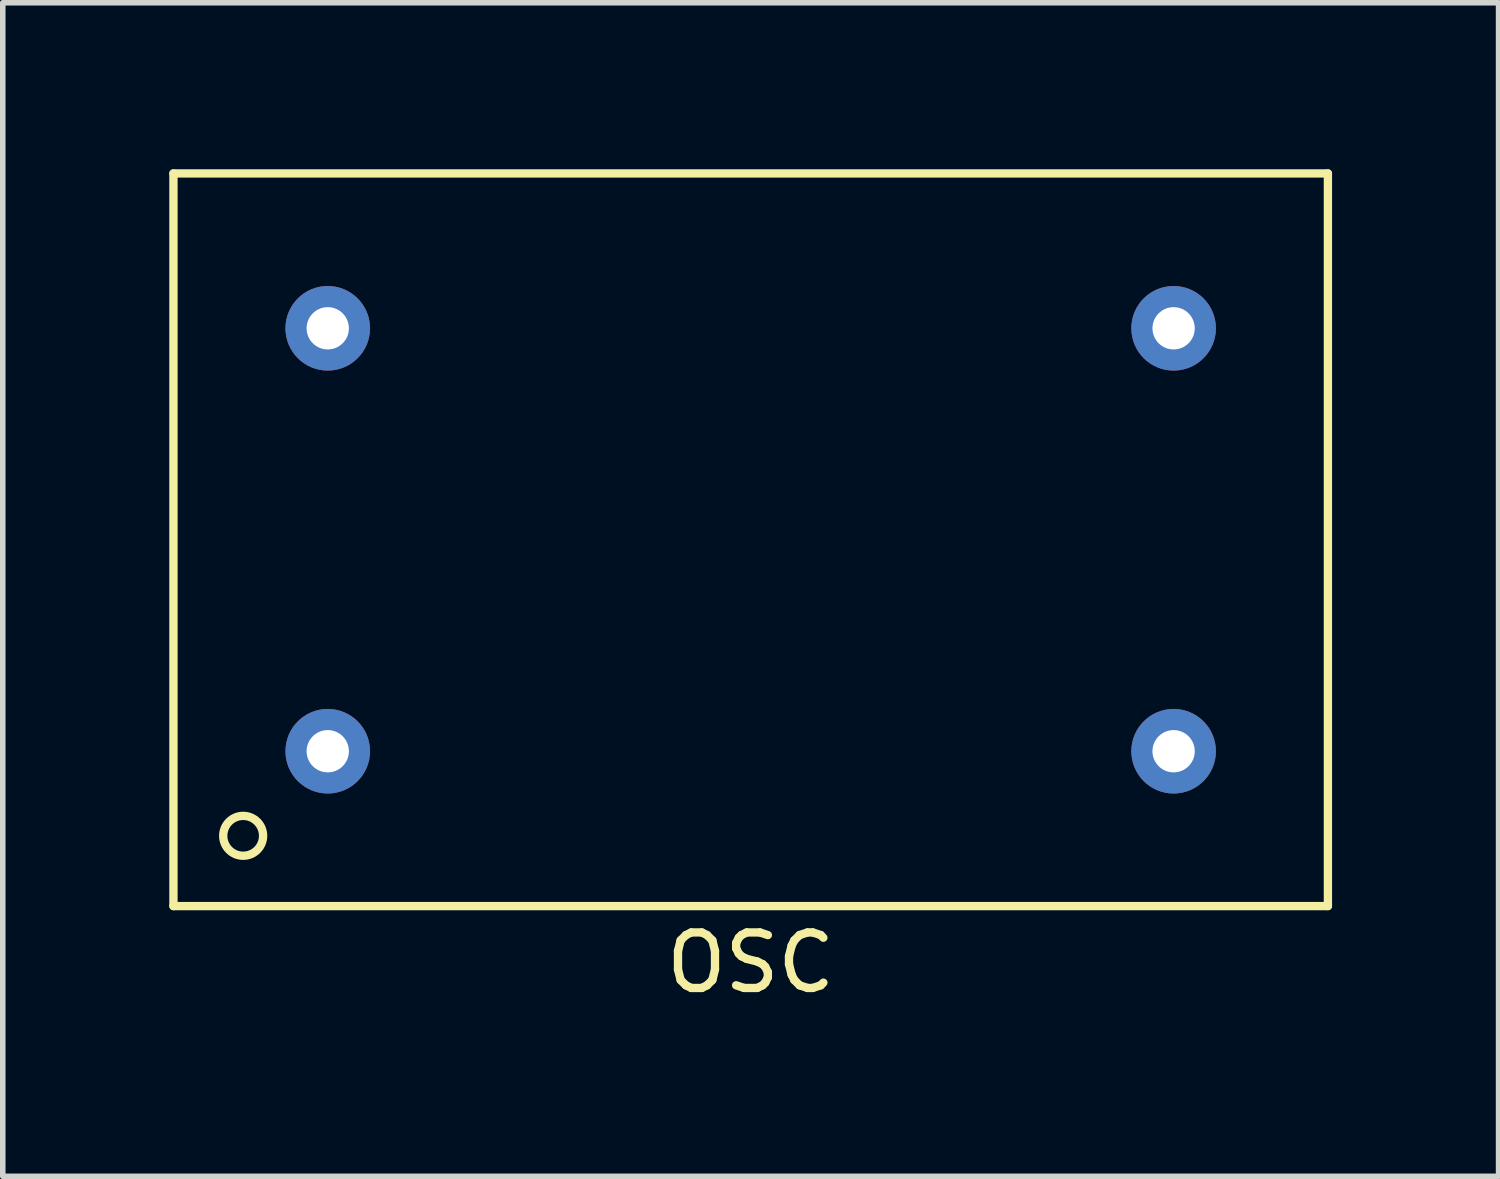
<source format=kicad_pcb>
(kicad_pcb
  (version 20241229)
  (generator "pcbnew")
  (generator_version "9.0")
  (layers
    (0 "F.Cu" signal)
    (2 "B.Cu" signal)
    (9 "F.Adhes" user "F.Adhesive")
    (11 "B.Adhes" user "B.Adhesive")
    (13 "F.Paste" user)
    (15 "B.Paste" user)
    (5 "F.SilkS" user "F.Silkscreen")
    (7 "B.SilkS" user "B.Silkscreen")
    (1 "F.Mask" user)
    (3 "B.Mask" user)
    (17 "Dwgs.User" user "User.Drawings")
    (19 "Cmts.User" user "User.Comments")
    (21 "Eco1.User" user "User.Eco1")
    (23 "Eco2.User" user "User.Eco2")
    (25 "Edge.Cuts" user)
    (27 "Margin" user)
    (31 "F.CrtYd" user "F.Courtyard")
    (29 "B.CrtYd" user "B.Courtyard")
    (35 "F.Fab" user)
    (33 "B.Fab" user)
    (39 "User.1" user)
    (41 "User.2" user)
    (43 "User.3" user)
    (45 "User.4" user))
  (footprint "OSC"
    (layer "F.Cu")
    (at 10.475 6.675)
    (property "Reference" "OSC" (at 0 7.62 0) (layer "F.SilkS") (effects (font (size 1 1) (thickness 0.15))))
    (attr through_hole)
    (fp_line (start -10.4 -6.6) (end -10.4 6.6) (stroke (width 0.15) (type solid)) (layer "F.SilkS"))
    (fp_line (start -10.4 -6.6) (end 10.4 -6.6) (stroke (width 0.15) (type solid)) (layer "F.SilkS"))
    (fp_line (start -10.4 6.6) (end 10.4 6.6) (stroke (width 0.15) (type solid)) (layer "F.SilkS"))
    (fp_line (start 10.4 -6.6) (end 10.4 6.6) (stroke (width 0.15) (type solid)) (layer "F.SilkS"))
    (fp_circle (center -9.144 5.334) (end -8.89 5.08) (stroke (width 0.15) (type solid)) (fill no) (layer "F.SilkS"))
    (pad "1" thru_hole circle (at -7.62 3.81) (size 1.524 1.524) (drill 0.762) (layers "*.Cu" "*.Mask"))
    (pad "7" thru_hole circle (at 7.62 3.81) (size 1.524 1.524) (drill 0.762) (layers "*.Cu" "*.Mask"))
    (pad "8" thru_hole circle (at 7.62 -3.81) (size 1.524 1.524) (drill 0.762) (layers "*.Cu" "*.Mask"))
    (pad "14" thru_hole circle (at -7.62 -3.81) (size 1.524 1.524) (drill 0.762) (layers "*.Cu" "*.Mask")))
  (gr_rect
    (start -3 -3)
    (end 23.95 18.143)
    (stroke (width 0.1) (type default))
    (fill no)
    (layer "Edge.Cuts")))
</source>
